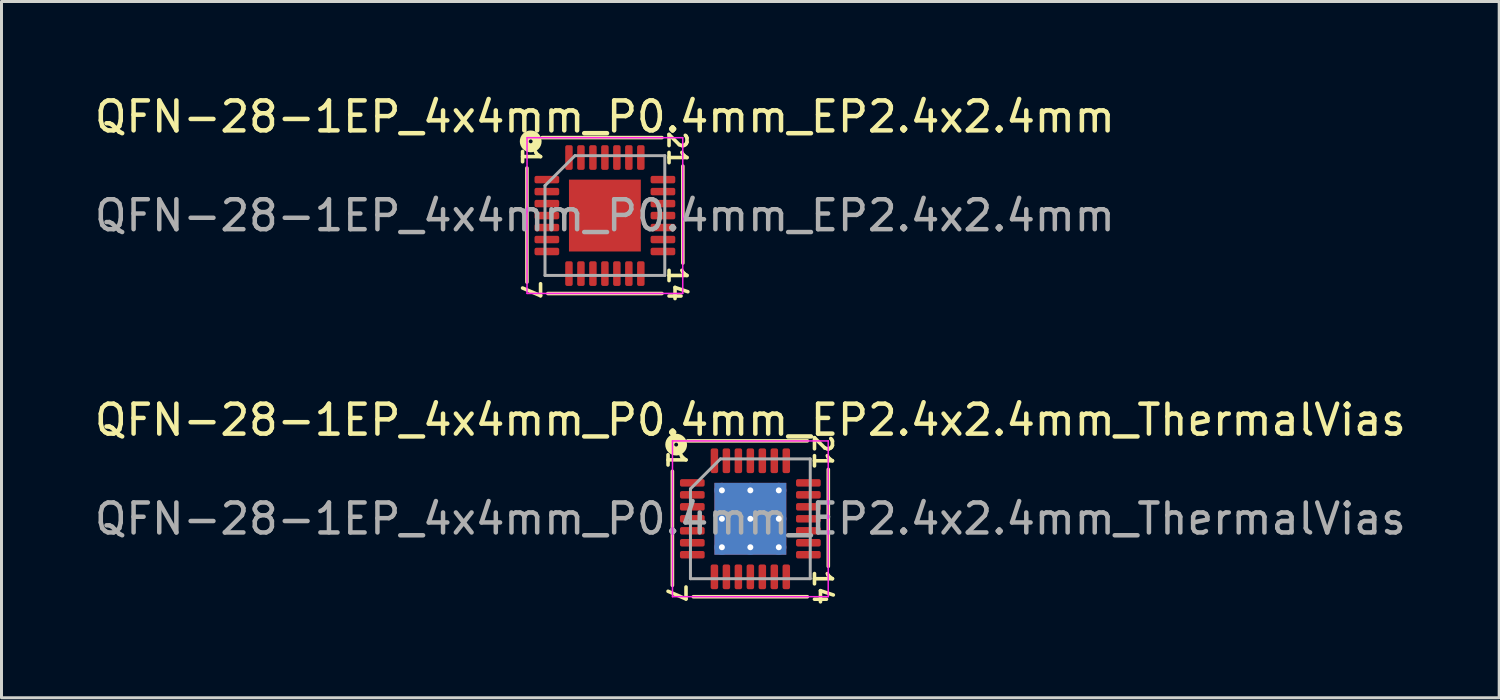
<source format=kicad_pcb>
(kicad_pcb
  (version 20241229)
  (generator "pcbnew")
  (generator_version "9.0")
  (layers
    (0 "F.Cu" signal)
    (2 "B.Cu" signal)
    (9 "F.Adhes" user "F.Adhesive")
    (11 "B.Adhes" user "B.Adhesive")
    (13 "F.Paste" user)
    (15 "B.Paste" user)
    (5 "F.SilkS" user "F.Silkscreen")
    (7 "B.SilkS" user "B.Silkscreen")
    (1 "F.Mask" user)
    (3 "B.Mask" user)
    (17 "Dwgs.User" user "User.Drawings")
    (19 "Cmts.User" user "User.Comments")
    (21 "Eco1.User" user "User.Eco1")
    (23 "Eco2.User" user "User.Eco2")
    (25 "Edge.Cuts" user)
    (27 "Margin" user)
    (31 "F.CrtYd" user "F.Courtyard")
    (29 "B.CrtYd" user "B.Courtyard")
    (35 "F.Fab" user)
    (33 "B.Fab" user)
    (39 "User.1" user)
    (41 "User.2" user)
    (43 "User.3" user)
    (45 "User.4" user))
  (footprint "QFN-28-1EP_4x4mm_P0.4mm_EP2.4x2.4mm_ThermalVias"
    (layer "F.Cu")
    (at 22.006 14.274)
    (property "Reference" "QFN-28-1EP_4x4mm_P0.4mm_EP2.4x2.4mm_ThermalVias" (at 0 -3.3 0) (layer "F.SilkS") (effects (font (size 1 1) (thickness 0.15))))
    (attr smd)
    (fp_line (start -2.603 -1.587) (end -2.603 2.223) (stroke (width 0.12) (type solid)) (layer "F.SilkS"))
    (fp_line (start -1.905 2.603) (end 1.905 2.603) (stroke (width 0.12) (type solid)) (layer "F.SilkS"))
    (fp_line (start 1.905 -2.603) (end -2.095 -2.603) (stroke (width 0.12) (type solid)) (layer "F.SilkS"))
    (fp_line (start 2.603 1.587) (end 2.603 -1.651) (stroke (width 0.12) (type solid)) (layer "F.SilkS"))
    (fp_circle (center -2.477 -2.477) (end -2.413 -2.477) (stroke (width 0.3) (type solid)) (fill no) (layer "F.SilkS"))
    (fp_line (start -2.6 -2.6) (end -2.6 2.6) (stroke (width 0.05) (type solid)) (layer "F.CrtYd"))
    (fp_line (start -2.6 2.6) (end 2.6 2.6) (stroke (width 0.05) (type solid)) (layer "F.CrtYd"))
    (fp_line (start 2.6 -2.6) (end -2.6 -2.6) (stroke (width 0.05) (type solid)) (layer "F.CrtYd"))
    (fp_line (start 2.6 2.6) (end 2.6 -2.6) (stroke (width 0.05) (type solid)) (layer "F.CrtYd"))
    (fp_line (start -2 -1) (end -1 -2) (stroke (width 0.1) (type solid)) (layer "F.Fab"))
    (fp_line (start -2 2) (end -2 -1) (stroke (width 0.1) (type solid)) (layer "F.Fab"))
    (fp_line (start -1 -2) (end 2 -2) (stroke (width 0.1) (type solid)) (layer "F.Fab"))
    (fp_line (start 2 -2) (end 2 2) (stroke (width 0.1) (type solid)) (layer "F.Fab"))
    (fp_line (start 2 2) (end -2 2) (stroke (width 0.1) (type solid)) (layer "F.Fab"))
    (fp_text user "21" (at 2.413 -2.223 270) (unlocked yes) (layer "F.SilkS") (effects (font (size 0.6 0.6) (thickness 0.12))))
    (fp_text user "14" (at 2.413 2.286 270) (unlocked yes) (layer "F.SilkS") (effects (font (size 0.6 0.6) (thickness 0.12))))
    (fp_text user "7" (at -2.477 2.477 270) (unlocked yes) (layer "F.SilkS") (effects (font (size 0.6 0.6) (thickness 0.12))))
    (fp_text user "1" (at -2.477 -1.968 270) (unlocked yes) (layer "F.SilkS") (effects (font (size 0.6 0.6) (thickness 0.12))))
    (fp_text user "${REFERENCE}" (at 0 0 0) (layer "F.Fab") (effects (font (size 1 1) (thickness 0.15))))
    (pad "" smd roundrect (at -0.6 -0.6) (size 1.04 1.04) (layers "F.Paste") (roundrect_rratio 0.24))
    (pad "" smd roundrect (at -0.6 0.6) (size 1.04 1.04) (layers "F.Paste") (roundrect_rratio 0.24))
    (pad "" smd roundrect (at 0.6 -0.6) (size 1.04 1.04) (layers "F.Paste") (roundrect_rratio 0.24))
    (pad "" smd roundrect (at 0.6 0.6) (size 1.04 1.04) (layers "F.Paste") (roundrect_rratio 0.24))
    (pad "1" smd roundrect (at -1.938 -1.2) (size 0.825 0.25) (layers "F.Cu" "F.Mask" "F.Paste") (roundrect_rratio 0.25))
    (pad "2" smd roundrect (at -1.938 -0.8) (size 0.825 0.25) (layers "F.Cu" "F.Mask" "F.Paste") (roundrect_rratio 0.25))
    (pad "3" smd roundrect (at -1.938 -0.4) (size 0.825 0.25) (layers "F.Cu" "F.Mask" "F.Paste") (roundrect_rratio 0.25))
    (pad "4" smd roundrect (at -1.938 0) (size 0.825 0.25) (layers "F.Cu" "F.Mask" "F.Paste") (roundrect_rratio 0.25))
    (pad "5" smd roundrect (at -1.938 0.4) (size 0.825 0.25) (layers "F.Cu" "F.Mask" "F.Paste") (roundrect_rratio 0.25))
    (pad "6" smd roundrect (at -1.938 0.8) (size 0.825 0.25) (layers "F.Cu" "F.Mask" "F.Paste") (roundrect_rratio 0.25))
    (pad "7" smd roundrect (at -1.938 1.2) (size 0.825 0.25) (layers "F.Cu" "F.Mask" "F.Paste") (roundrect_rratio 0.25))
    (pad "8" smd roundrect (at -1.2 1.938) (size 0.25 0.825) (layers "F.Cu" "F.Mask" "F.Paste") (roundrect_rratio 0.25))
    (pad "9" smd roundrect (at -0.8 1.938) (size 0.25 0.825) (layers "F.Cu" "F.Mask" "F.Paste") (roundrect_rratio 0.25))
    (pad "10" smd roundrect (at -0.4 1.938) (size 0.25 0.825) (layers "F.Cu" "F.Mask" "F.Paste") (roundrect_rratio 0.25))
    (pad "11" smd roundrect (at 0 1.938) (size 0.25 0.825) (layers "F.Cu" "F.Mask" "F.Paste") (roundrect_rratio 0.25))
    (pad "12" smd roundrect (at 0.4 1.938) (size 0.25 0.825) (layers "F.Cu" "F.Mask" "F.Paste") (roundrect_rratio 0.25))
    (pad "13" smd roundrect (at 0.8 1.938) (size 0.25 0.825) (layers "F.Cu" "F.Mask" "F.Paste") (roundrect_rratio 0.25))
    (pad "14" smd roundrect (at 1.2 1.938) (size 0.25 0.825) (layers "F.Cu" "F.Mask" "F.Paste") (roundrect_rratio 0.25))
    (pad "15" smd roundrect (at 1.938 1.2) (size 0.825 0.25) (layers "F.Cu" "F.Mask" "F.Paste") (roundrect_rratio 0.25))
    (pad "16" smd roundrect (at 1.938 0.8) (size 0.825 0.25) (layers "F.Cu" "F.Mask" "F.Paste") (roundrect_rratio 0.25))
    (pad "17" smd roundrect (at 1.938 0.4) (size 0.825 0.25) (layers "F.Cu" "F.Mask" "F.Paste") (roundrect_rratio 0.25))
    (pad "18" smd roundrect (at 1.938 0) (size 0.825 0.25) (layers "F.Cu" "F.Mask" "F.Paste") (roundrect_rratio 0.25))
    (pad "19" smd roundrect (at 1.938 -0.4) (size 0.825 0.25) (layers "F.Cu" "F.Mask" "F.Paste") (roundrect_rratio 0.25))
    (pad "20" smd roundrect (at 1.938 -0.8) (size 0.825 0.25) (layers "F.Cu" "F.Mask" "F.Paste") (roundrect_rratio 0.25))
    (pad "21" smd roundrect (at 1.938 -1.2) (size 0.825 0.25) (layers "F.Cu" "F.Mask" "F.Paste") (roundrect_rratio 0.25))
    (pad "22" smd roundrect (at 1.2 -1.938) (size 0.25 0.825) (layers "F.Cu" "F.Mask" "F.Paste") (roundrect_rratio 0.25))
    (pad "23" smd roundrect (at 0.8 -1.938) (size 0.25 0.825) (layers "F.Cu" "F.Mask" "F.Paste") (roundrect_rratio 0.25))
    (pad "24" smd roundrect (at 0.4 -1.938) (size 0.25 0.825) (layers "F.Cu" "F.Mask" "F.Paste") (roundrect_rratio 0.25))
    (pad "25" smd roundrect (at 0 -1.938) (size 0.25 0.825) (layers "F.Cu" "F.Mask" "F.Paste") (roundrect_rratio 0.25))
    (pad "26" smd roundrect (at -0.4 -1.938) (size 0.25 0.825) (layers "F.Cu" "F.Mask" "F.Paste") (roundrect_rratio 0.25))
    (pad "27" smd roundrect (at -0.8 -1.938) (size 0.25 0.825) (layers "F.Cu" "F.Mask" "F.Paste") (roundrect_rratio 0.25))
    (pad "28" smd roundrect (at -1.2 -1.938) (size 0.25 0.825) (layers "F.Cu" "F.Mask" "F.Paste") (roundrect_rratio 0.25))
    (pad "29" thru_hole circle (at -0.95 -0.95) (size 0.5 0.5) (drill 0.2) (layers "*.Cu"))
    (pad "29" thru_hole circle (at -0.95 0) (size 0.5 0.5) (drill 0.2) (layers "*.Cu"))
    (pad "29" thru_hole circle (at -0.95 0.95) (size 0.5 0.5) (drill 0.2) (layers "*.Cu"))
    (pad "29" thru_hole circle (at 0 -0.95) (size 0.5 0.5) (drill 0.2) (layers "*.Cu"))
    (pad "29" thru_hole circle (at 0 0) (size 0.5 0.5) (drill 0.2) (layers "*.Cu"))
    (pad "29" smd rect (at 0 0) (size 2.4 2.4) (layers "F.Cu" "F.Mask"))
    (pad "29" smd rect (at 0 0) (size 2.4 2.4) (layers "B.Cu" "B.Mask"))
    (pad "29" thru_hole circle (at 0 0.95) (size 0.5 0.5) (drill 0.2) (layers "*.Cu"))
    (pad "29" thru_hole circle (at 0.95 -0.95) (size 0.5 0.5) (drill 0.2) (layers "*.Cu"))
    (pad "29" thru_hole circle (at 0.95 0) (size 0.5 0.5) (drill 0.2) (layers "*.Cu"))
    (pad "29" thru_hole circle (at 0.95 0.95) (size 0.5 0.5) (drill 0.2) (layers "*.Cu")))
  (footprint "QFN-28-1EP_4x4mm_P0.4mm_EP2.4x2.4mm"
    (layer "F.Cu")
    (at 17.149 4.148)
    (property "Reference" "QFN-28-1EP_4x4mm_P0.4mm_EP2.4x2.4mm" (at 0 -3.3 0) (layer "F.SilkS") (effects (font (size 1 1) (thickness 0.15))))
    (attr smd)
    (fp_line (start -2.603 -1.587) (end -2.603 2.223) (stroke (width 0.12) (type solid)) (layer "F.SilkS"))
    (fp_line (start -1.905 2.603) (end 1.905 2.603) (stroke (width 0.12) (type solid)) (layer "F.SilkS"))
    (fp_line (start 1.905 -2.603) (end -2.095 -2.603) (stroke (width 0.12) (type solid)) (layer "F.SilkS"))
    (fp_line (start 2.603 1.587) (end 2.603 -1.651) (stroke (width 0.12) (type solid)) (layer "F.SilkS"))
    (fp_circle (center -2.477 -2.477) (end -2.413 -2.477) (stroke (width 0.3) (type solid)) (fill no) (layer "F.SilkS"))
    (fp_line (start -2.6 -2.6) (end -2.6 2.6) (stroke (width 0.05) (type solid)) (layer "F.CrtYd"))
    (fp_line (start -2.6 2.6) (end 2.6 2.6) (stroke (width 0.05) (type solid)) (layer "F.CrtYd"))
    (fp_line (start 2.6 -2.6) (end -2.6 -2.6) (stroke (width 0.05) (type solid)) (layer "F.CrtYd"))
    (fp_line (start 2.6 2.6) (end 2.6 -2.6) (stroke (width 0.05) (type solid)) (layer "F.CrtYd"))
    (fp_line (start -2 -1) (end -1 -2) (stroke (width 0.1) (type solid)) (layer "F.Fab"))
    (fp_line (start -2 2) (end -2 -1) (stroke (width 0.1) (type solid)) (layer "F.Fab"))
    (fp_line (start -1 -2) (end 2 -2) (stroke (width 0.1) (type solid)) (layer "F.Fab"))
    (fp_line (start 2 -2) (end 2 2) (stroke (width 0.1) (type solid)) (layer "F.Fab"))
    (fp_line (start 2 2) (end -2 2) (stroke (width 0.1) (type solid)) (layer "F.Fab"))
    (fp_text user "21" (at 2.413 -2.223 270) (unlocked yes) (layer "F.SilkS") (effects (font (size 0.6 0.6) (thickness 0.12))))
    (fp_text user "1" (at -2.477 -1.968 270) (unlocked yes) (layer "F.SilkS") (effects (font (size 0.6 0.6) (thickness 0.12))))
    (fp_text user "14" (at 2.413 2.286 270) (unlocked yes) (layer "F.SilkS") (effects (font (size 0.6 0.6) (thickness 0.12))))
    (fp_text user "7" (at -2.477 2.477 270) (unlocked yes) (layer "F.SilkS") (effects (font (size 0.6 0.6) (thickness 0.12))))
    (fp_text user "${REFERENCE}" (at 0 0 0) (layer "F.Fab") (effects (font (size 1 1) (thickness 0.15))))
    (pad "" smd roundrect (at -0.6 -0.6) (size 0.97 0.97) (layers "F.Paste") (roundrect_rratio 0.25))
    (pad "" smd roundrect (at -0.6 0.6) (size 0.97 0.97) (layers "F.Paste") (roundrect_rratio 0.25))
    (pad "" smd roundrect (at 0.6 -0.6) (size 0.97 0.97) (layers "F.Paste") (roundrect_rratio 0.25))
    (pad "" smd roundrect (at 0.6 0.6) (size 0.97 0.97) (layers "F.Paste") (roundrect_rratio 0.25))
    (pad "1" smd roundrect (at -1.938 -1.2) (size 0.825 0.25) (layers "F.Cu" "F.Mask" "F.Paste") (roundrect_rratio 0.25))
    (pad "2" smd roundrect (at -1.938 -0.8) (size 0.825 0.25) (layers "F.Cu" "F.Mask" "F.Paste") (roundrect_rratio 0.25))
    (pad "3" smd roundrect (at -1.938 -0.4) (size 0.825 0.25) (layers "F.Cu" "F.Mask" "F.Paste") (roundrect_rratio 0.25))
    (pad "4" smd roundrect (at -1.938 0) (size 0.825 0.25) (layers "F.Cu" "F.Mask" "F.Paste") (roundrect_rratio 0.25))
    (pad "5" smd roundrect (at -1.938 0.4) (size 0.825 0.25) (layers "F.Cu" "F.Mask" "F.Paste") (roundrect_rratio 0.25))
    (pad "6" smd roundrect (at -1.938 0.8) (size 0.825 0.25) (layers "F.Cu" "F.Mask" "F.Paste") (roundrect_rratio 0.25))
    (pad "7" smd roundrect (at -1.938 1.2) (size 0.825 0.25) (layers "F.Cu" "F.Mask" "F.Paste") (roundrect_rratio 0.25))
    (pad "8" smd roundrect (at -1.2 1.938) (size 0.25 0.825) (layers "F.Cu" "F.Mask" "F.Paste") (roundrect_rratio 0.25))
    (pad "9" smd roundrect (at -0.8 1.938) (size 0.25 0.825) (layers "F.Cu" "F.Mask" "F.Paste") (roundrect_rratio 0.25))
    (pad "10" smd roundrect (at -0.4 1.938) (size 0.25 0.825) (layers "F.Cu" "F.Mask" "F.Paste") (roundrect_rratio 0.25))
    (pad "11" smd roundrect (at 0 1.938) (size 0.25 0.825) (layers "F.Cu" "F.Mask" "F.Paste") (roundrect_rratio 0.25))
    (pad "12" smd roundrect (at 0.4 1.938) (size 0.25 0.825) (layers "F.Cu" "F.Mask" "F.Paste") (roundrect_rratio 0.25))
    (pad "13" smd roundrect (at 0.8 1.938) (size 0.25 0.825) (layers "F.Cu" "F.Mask" "F.Paste") (roundrect_rratio 0.25))
    (pad "14" smd roundrect (at 1.2 1.938) (size 0.25 0.825) (layers "F.Cu" "F.Mask" "F.Paste") (roundrect_rratio 0.25))
    (pad "15" smd roundrect (at 1.938 1.2) (size 0.825 0.25) (layers "F.Cu" "F.Mask" "F.Paste") (roundrect_rratio 0.25))
    (pad "16" smd roundrect (at 1.938 0.8) (size 0.825 0.25) (layers "F.Cu" "F.Mask" "F.Paste") (roundrect_rratio 0.25))
    (pad "17" smd roundrect (at 1.938 0.4) (size 0.825 0.25) (layers "F.Cu" "F.Mask" "F.Paste") (roundrect_rratio 0.25))
    (pad "18" smd roundrect (at 1.938 0) (size 0.825 0.25) (layers "F.Cu" "F.Mask" "F.Paste") (roundrect_rratio 0.25))
    (pad "19" smd roundrect (at 1.938 -0.4) (size 0.825 0.25) (layers "F.Cu" "F.Mask" "F.Paste") (roundrect_rratio 0.25))
    (pad "20" smd roundrect (at 1.938 -0.8) (size 0.825 0.25) (layers "F.Cu" "F.Mask" "F.Paste") (roundrect_rratio 0.25))
    (pad "21" smd roundrect (at 1.938 -1.2) (size 0.825 0.25) (layers "F.Cu" "F.Mask" "F.Paste") (roundrect_rratio 0.25))
    (pad "22" smd roundrect (at 1.2 -1.938) (size 0.25 0.825) (layers "F.Cu" "F.Mask" "F.Paste") (roundrect_rratio 0.25))
    (pad "23" smd roundrect (at 0.8 -1.938) (size 0.25 0.825) (layers "F.Cu" "F.Mask" "F.Paste") (roundrect_rratio 0.25))
    (pad "24" smd roundrect (at 0.4 -1.938) (size 0.25 0.825) (layers "F.Cu" "F.Mask" "F.Paste") (roundrect_rratio 0.25))
    (pad "25" smd roundrect (at 0 -1.938) (size 0.25 0.825) (layers "F.Cu" "F.Mask" "F.Paste") (roundrect_rratio 0.25))
    (pad "26" smd roundrect (at -0.4 -1.938) (size 0.25 0.825) (layers "F.Cu" "F.Mask" "F.Paste") (roundrect_rratio 0.25))
    (pad "27" smd roundrect (at -0.8 -1.938) (size 0.25 0.825) (layers "F.Cu" "F.Mask" "F.Paste") (roundrect_rratio 0.25))
    (pad "28" smd roundrect (at -1.2 -1.938) (size 0.25 0.825) (layers "F.Cu" "F.Mask" "F.Paste") (roundrect_rratio 0.25))
    (pad "29" smd rect (at 0 0) (size 2.4 2.4) (layers "F.Cu" "F.Mask")))
  (gr_rect
    (start -3 -3)
    (end 47.012 20.251)
    (stroke (width 0.1) (type default))
    (fill no)
    (layer "Edge.Cuts")))
</source>
